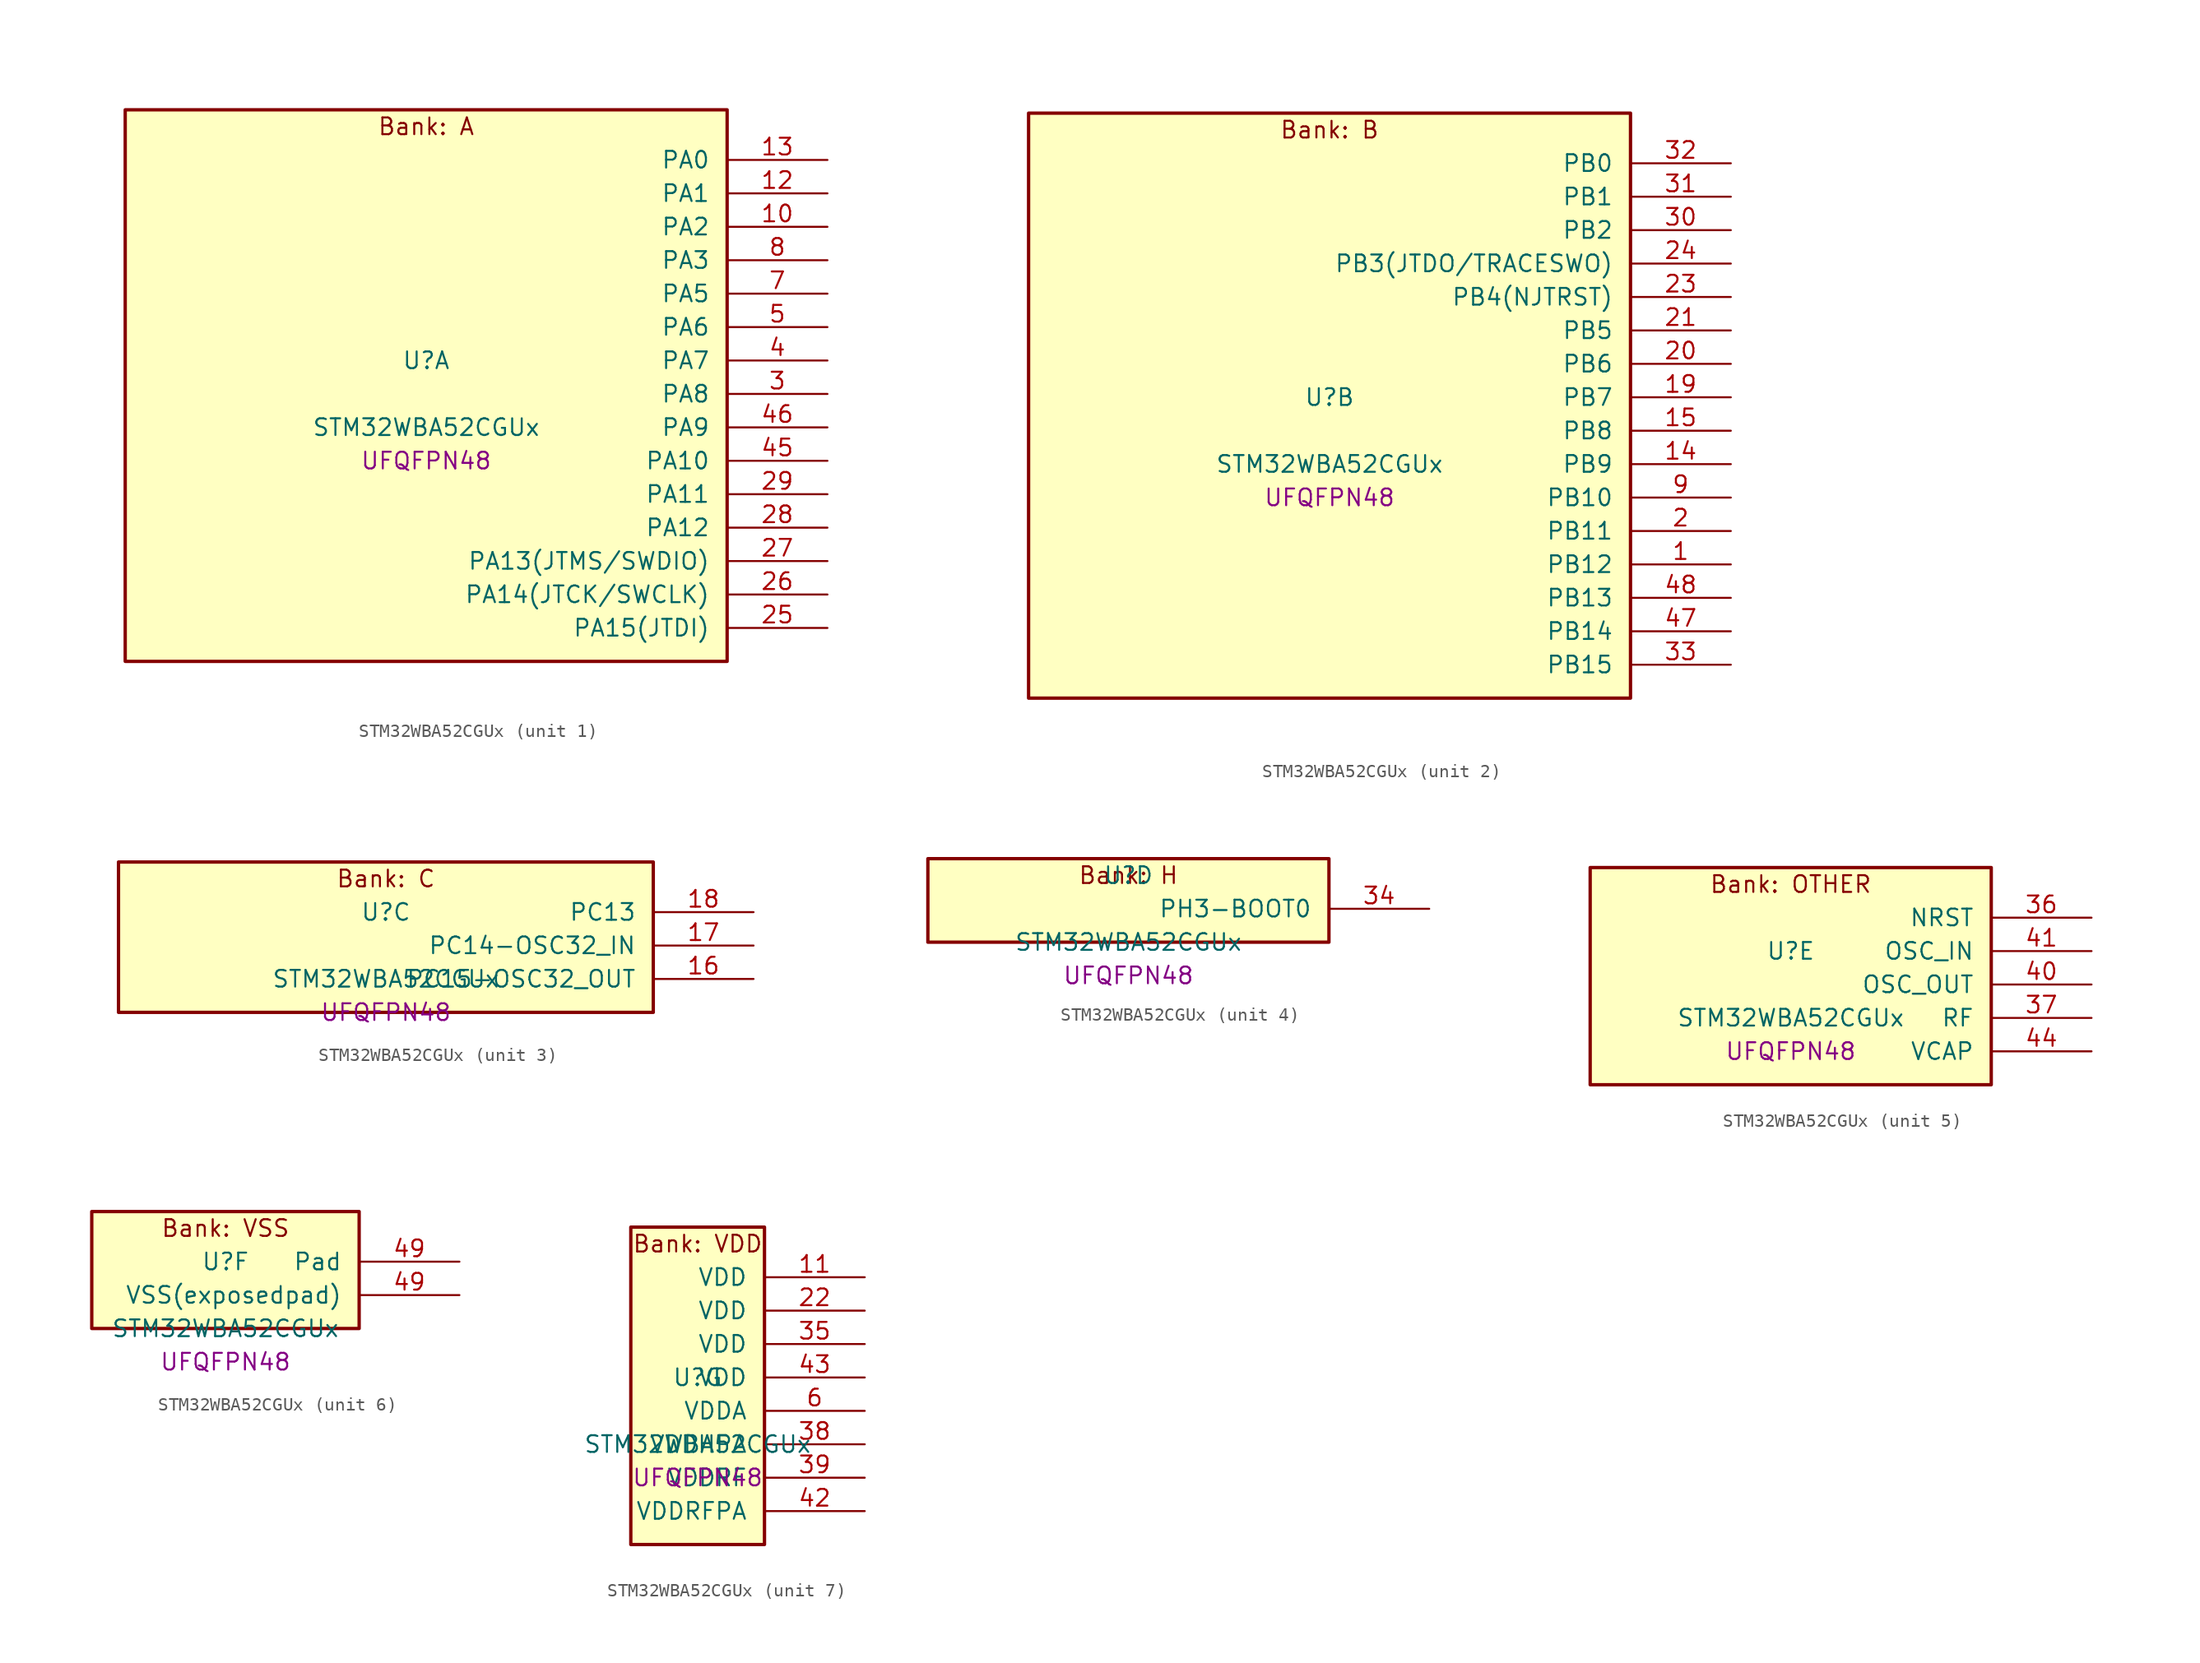
<source format=kicad_sym>
(kicad_symbol_lib
  (version 20241209)
  (generator "stm32_pkl_generator")
  (generator_version "1.0")
  (symbol "STM32WBA52CGUx"
    (pin_names
      (offset 1.27))
    (property "Reference" "U"
      (at 0 2.54 0))
    (property "Value" "STM32WBA52CGUx"
      (at 0 -2.54 0))
    (property "Footprint" "UFQFPN48"
      (at 0 -5.08 0))
    (symbol "STM32WBA52CGUx_1_1"
      (rectangle (start -22.86 21.59) (end 22.86 -20.32) (stroke (width 0.254) (type solid)) (fill (type background)))
      (text "Bank: A" (at 0 20.32 0))
      (pin bidirectional line (at 30.48 17.78 180) (length 7.62) (name "PA0") (number "13") (alternate "PA0/ADC4_IN9" bidirectional line) (alternate "PA0/LPTIM1_IN1" bidirectional line) (alternate "PA0/LPUART1_CTS" bidirectional line) (alternate "PA0/PWR_WKUP1" bidirectional line) (alternate "PA0/SPI3_SCK" bidirectional line) (alternate "PA0/TIM1_CH2N" bidirectional line) (alternate "PA0/TIM3_CH3" bidirectional line) (alternate "PA0/TIM3_ETR" bidirectional line) (alternate "PA0/TSC_G2_IO2" bidirectional line))
      (pin bidirectional line (at 30.48 15.24 180) (length 7.62) (name "PA1") (number "12") (alternate "PA1/ADC4_IN8" bidirectional line) (alternate "PA1/LPTIM2_CH2" bidirectional line) (alternate "PA1/LPUART1_RX" bidirectional line) (alternate "PA1/PWR_WKUP3" bidirectional line) (alternate "PA1/SPI1_RDY" bidirectional line) (alternate "PA1/TIM17_CH1" bidirectional line) (alternate "PA1/TIM1_CH1N" bidirectional line) (alternate "PA1/TIM3_CH2" bidirectional line) (alternate "PA1/TSC_G2_IO1" bidirectional line) (alternate "PA1/USART1_CK" bidirectional line))
      (pin bidirectional line (at 30.48 12.7 180) (length 7.62) (name "PA2") (number "10") (alternate "PA2/ADC4_IN7" bidirectional line) (alternate "PA2/LPUART1_TX" bidirectional line) (alternate "PA2/PWR_WKUP4" bidirectional line) (alternate "PA2/RCC_LSCO" bidirectional line) (alternate "PA2/TIM16_CH1" bidirectional line) (alternate "PA2/TIM1_BKIN" bidirectional line) (alternate "PA2/TIM3_CH1" bidirectional line) (alternate "PA2/TSC_G4_IO4" bidirectional line) (alternate "PA2/USART1_DE" bidirectional line) (alternate "PA2/USART1_RTS" bidirectional line))
      (pin bidirectional line (at 30.48 10.16 180) (length 7.62) (name "PA3") (number "8") (alternate "PA3/ADC4_IN6" bidirectional line) (alternate "PA3/PWR_WKUP5" bidirectional line) (alternate "PA3/TIM16_CH1N" bidirectional line) (alternate "PA3/TSC_G4_IO2" bidirectional line) (alternate "PA3/USART1_DE" bidirectional line) (alternate "PA3/USART1_RTS" bidirectional line))
      (pin bidirectional line (at 30.48 7.62 180) (length 7.62) (name "PA5") (number "7") (alternate "PA5/ADC4_IN4" bidirectional line) (alternate "PA5/LPTIM2_ETR" bidirectional line) (alternate "PA5/PWR_CSLEEP" bidirectional line) (alternate "PA5/PWR_WKUP6" bidirectional line) (alternate "PA5/SPI3_NSS" bidirectional line) (alternate "PA5/TIM2_CH1" bidirectional line) (alternate "PA5/TIM2_ETR" bidirectional line) (alternate "PA5/TSC_G1_IO4" bidirectional line) (alternate "PA5/USART1_CK" bidirectional line))
      (pin bidirectional line (at 30.48 5.08 180) (length 7.62) (name "PA6") (number "5") (alternate "PA6/ADC4_IN3" bidirectional line) (alternate "PA6/I2C3_SCL" bidirectional line) (alternate "PA6/PWR_CSTOP" bidirectional line) (alternate "PA6/PWR_WKUP7" bidirectional line) (alternate "PA6/SPI3_RDY" bidirectional line) (alternate "PA6/TIM2_CH4" bidirectional line) (alternate "PA6/TSC_G1_IO3" bidirectional line) (alternate "PA6/USART1_DE" bidirectional line) (alternate "PA6/USART1_RTS" bidirectional line))
      (pin bidirectional line (at 30.48 2.54 180) (length 7.62) (name "PA7") (number "4") (alternate "PA7/ADC4_IN2" bidirectional line) (alternate "PA7/I2C3_SDA" bidirectional line) (alternate "PA7/PWR_WKUP8" bidirectional line) (alternate "PA7/TAMP_IN1" bidirectional line) (alternate "PA7/TAMP_OUT2" bidirectional line) (alternate "PA7/TIM2_CH3" bidirectional line) (alternate "PA7/TSC_G1_IO2" bidirectional line) (alternate "PA7/USART1_CTS" bidirectional line))
      (pin bidirectional line (at 30.48 0 180) (length 7.62) (name "PA8") (number "3") (alternate "PA8/ADC4_IN1" bidirectional line) (alternate "PA8/LPTIM1_CH2" bidirectional line) (alternate "PA8/RCC_MCO" bidirectional line) (alternate "PA8/SPI3_RDY" bidirectional line) (alternate "PA8/TIM2_CH2" bidirectional line) (alternate "PA8/TSC_G1_IO1" bidirectional line) (alternate "PA8/USART1_RX" bidirectional line))
      (pin bidirectional line (at 30.48 -2.54 180) (length 7.62) (name "PA9") (number "46") (alternate "PA9/LPUART1_DE" bidirectional line) (alternate "PA9/LPUART1_RTS" bidirectional line) (alternate "PA9/TIM3_CH2" bidirectional line))
      (pin bidirectional line (at 30.48 -5.08 180) (length 7.62) (name "PA10") (number "45") (alternate "PA10/LPUART1_RX" bidirectional line) (alternate "PA10/TIM3_CH1" bidirectional line))
      (pin bidirectional line (at 30.48 -7.62 180) (length 7.62) (name "PA11") (number "29") (alternate "PA11/LPTIM2_CH1" bidirectional line) (alternate "PA11/RF_ANTSW1" bidirectional line) (alternate "PA11/TIM1_CH1" bidirectional line) (alternate "PA11/USART2_RX" bidirectional line))
      (pin bidirectional line (at 30.48 -10.16 180) (length 7.62) (name "PA12") (number "28") (alternate "PA12/PWR_WKUP6" bidirectional line) (alternate "PA12/RF_ANTSW0" bidirectional line) (alternate "PA12/SPI1_NSS" bidirectional line) (alternate "PA12/TIM1_CH2" bidirectional line) (alternate "PA12/TSC_G3_IO4" bidirectional line) (alternate "PA12/USART2_TX" bidirectional line))
      (pin bidirectional line (at 30.48 -12.7 180) (length 7.62) (name "PA13(JTMS/SWDIO)") (number "27") (alternate "PA13(JTMS/SWDIO)/DEBUG_JTMS-SWDIO" bidirectional line) (alternate "PA13(JTMS/SWDIO)/IR_OUT" bidirectional line))
      (pin bidirectional line (at 30.48 -15.24 180) (length 7.62) (name "PA14(JTCK/SWCLK)") (number "26") (alternate "PA14(JTCK/SWCLK)/DEBUG_JTCK-SWCLK" bidirectional line) (alternate "PA14(JTCK/SWCLK)/TAMP_IN3" bidirectional line) (alternate "PA14(JTCK/SWCLK)/TAMP_OUT6" bidirectional line) (alternate "PA14(JTCK/SWCLK)/USART2_TX" bidirectional line))
      (pin bidirectional line (at 30.48 -17.78 180) (length 7.62) (name "PA15(JTDI)") (number "25") (alternate "PA15(JTDI)/ADC4_EXTI15" bidirectional line) (alternate "PA15(JTDI)/DEBUG_JTDI" bidirectional line) (alternate "PA15(JTDI)/I2C1_SCL" bidirectional line) (alternate "PA15(JTDI)/LPTIM1_CH2" bidirectional line) (alternate "PA15(JTDI)/SPI1_MOSI" bidirectional line) (alternate "PA15(JTDI)/TIM17_BKIN" bidirectional line) (alternate "PA15(JTDI)/TIM1_ETR" bidirectional line) (alternate "PA15(JTDI)/TSC_G3_IO3" bidirectional line) (alternate "PA15(JTDI)/USART2_DE" bidirectional line) (alternate "PA15(JTDI)/USART2_RTS" bidirectional line)))
    (symbol "STM32WBA52CGUx_2_1"
      (rectangle (start -22.86 24.13) (end 22.86 -20.32) (stroke (width 0.254) (type solid)) (fill (type background)))
      (text "Bank: B" (at 0 22.86 0))
      (pin bidirectional line (at 30.48 20.32 180) (length 7.62) (name "PB0") (number "32") (alternate "PB0/LPTIM2_IN2" bidirectional line) (alternate "PB0/TIM1_CH3N" bidirectional line) (alternate "PB0/USART2_TX" bidirectional line))
      (pin bidirectional line (at 30.48 17.78 180) (length 7.62) (name "PB1") (number "31") (alternate "PB1/I2C1_SDA" bidirectional line) (alternate "PB1/I2C3_SDA" bidirectional line) (alternate "PB1/PWR_WKUP4" bidirectional line) (alternate "PB1/TIM1_CH2N" bidirectional line) (alternate "PB1/USART2_DE" bidirectional line) (alternate "PB1/USART2_RTS" bidirectional line))
      (pin bidirectional line (at 30.48 15.24 180) (length 7.62) (name "PB2") (number "30") (alternate "PB2/I2C1_SCL" bidirectional line) (alternate "PB2/I2C3_SCL" bidirectional line) (alternate "PB2/PWR_WKUP1" bidirectional line) (alternate "PB2/RF_ANTSW2" bidirectional line) (alternate "PB2/RTC_OUT2" bidirectional line) (alternate "PB2/TIM1_CH1N" bidirectional line) (alternate "PB2/USART2_CTS" bidirectional line))
      (pin bidirectional line (at 30.48 12.7 180) (length 7.62) (name "PB3(JTDO/TRACESWO)") (number "24") (alternate "PB3(JTDO/TRACESWO)/DEBUG_JTDO-SWO" bidirectional line) (alternate "PB3(JTDO/TRACESWO)/I2C1_SDA" bidirectional line) (alternate "PB3(JTDO/TRACESWO)/LPTIM1_IN2" bidirectional line) (alternate "PB3(JTDO/TRACESWO)/SPI1_MISO" bidirectional line) (alternate "PB3(JTDO/TRACESWO)/TIM17_CH1N" bidirectional line) (alternate "PB3(JTDO/TRACESWO)/TIM1_CH4" bidirectional line) (alternate "PB3(JTDO/TRACESWO)/TSC_G3_IO2" bidirectional line) (alternate "PB3(JTDO/TRACESWO)/USART2_CK" bidirectional line))
      (pin bidirectional line (at 30.48 10.16 180) (length 7.62) (name "PB4(NJTRST)") (number "23") (alternate "PB4(NJTRST)/DEBUG_JTRST" bidirectional line) (alternate "PB4(NJTRST)/LPTIM2_IN2" bidirectional line) (alternate "PB4(NJTRST)/SPI1_SCK" bidirectional line) (alternate "PB4(NJTRST)/TIM17_CH1" bidirectional line) (alternate "PB4(NJTRST)/TIM1_CH3" bidirectional line) (alternate "PB4(NJTRST)/TSC_G3_IO1" bidirectional line) (alternate "PB4(NJTRST)/USART2_RX" bidirectional line))
      (pin bidirectional line (at 30.48 7.62 180) (length 7.62) (name "PB5") (number "21") (alternate "PB5/LPUART1_TX" bidirectional line) (alternate "PB5/TIM3_CH1" bidirectional line) (alternate "PB5/TSC_G5_IO4" bidirectional line))
      (pin bidirectional line (at 30.48 5.08 180) (length 7.62) (name "PB6") (number "20") (alternate "PB6/PWR_WKUP3" bidirectional line) (alternate "PB6/TIM2_CH1" bidirectional line) (alternate "PB6/TIM2_ETR" bidirectional line) (alternate "PB6/TSC_G5_IO3" bidirectional line))
      (pin bidirectional line (at 30.48 2.54 180) (length 7.62) (name "PB7") (number "19") (alternate "PB7/PWR_WKUP5" bidirectional line) (alternate "PB7/TAMP_IN5" bidirectional line) (alternate "PB7/TAMP_OUT4" bidirectional line) (alternate "PB7/TIM1_CH4N" bidirectional line) (alternate "PB7/TSC_G5_IO2" bidirectional line))
      (pin bidirectional line (at 30.48 0 180) (length 7.62) (name "PB8") (number "15") (alternate "PB8/LPTIM1_ETR" bidirectional line) (alternate "PB8/PWR_PVD_IN" bidirectional line) (alternate "PB8/SPI3_MOSI" bidirectional line) (alternate "PB8/TIM16_CH1N" bidirectional line) (alternate "PB8/TIM1_CH1" bidirectional line) (alternate "PB8/TIM3_ETR" bidirectional line) (alternate "PB8/TSC_G2_IO4" bidirectional line) (alternate "PB8/USART2_RX" bidirectional line))
      (pin bidirectional line (at 30.48 -2.54 180) (length 7.62) (name "PB9") (number "14") (alternate "PB9/ADC4_IN10" bidirectional line) (alternate "PB9/IR_OUT" bidirectional line) (alternate "PB9/LPTIM2_IN1" bidirectional line) (alternate "PB9/LPUART1_DE" bidirectional line) (alternate "PB9/LPUART1_RTS" bidirectional line) (alternate "PB9/PWR_WKUP8" bidirectional line) (alternate "PB9/SPI3_MISO" bidirectional line) (alternate "PB9/TIM16_CH1" bidirectional line) (alternate "PB9/TIM1_CH3N" bidirectional line) (alternate "PB9/TIM3_CH4" bidirectional line) (alternate "PB9/TSC_G2_IO3" bidirectional line))
      (pin bidirectional line (at 30.48 -5.08 180) (length 7.62) (name "PB10") (number "9") (alternate "PB10/TIM16_BKIN" bidirectional line) (alternate "PB10/TSC_G4_IO3" bidirectional line) (alternate "PB10/USART1_CK" bidirectional line))
      (pin bidirectional line (at 30.48 -7.62 180) (length 7.62) (name "PB11") (number "2") (alternate "PB11/LPTIM1_CH1" bidirectional line) (alternate "PB11/LPTIM1_ETR" bidirectional line) (alternate "PB11/LPUART1_TX" bidirectional line))
      (pin bidirectional line (at 30.48 -10.16 180) (length 7.62) (name "PB12") (number "1") (alternate "PB12/SPI1_RDY" bidirectional line) (alternate "PB12/TIM2_CH1" bidirectional line) (alternate "PB12/TIM2_ETR" bidirectional line) (alternate "PB12/TIM3_ETR" bidirectional line) (alternate "PB12/TSC_SYNC" bidirectional line) (alternate "PB12/USART1_TX" bidirectional line))
      (pin bidirectional line (at 30.48 -12.7 180) (length 7.62) (name "PB13") (number "48") (alternate "PB13/TIM3_CH4" bidirectional line) (alternate "PB13/TSC_G6_IO2" bidirectional line))
      (pin bidirectional line (at 30.48 -15.24 180) (length 7.62) (name "PB14") (number "47") (alternate "PB14/PWR_WKUP7" bidirectional line) (alternate "PB14/RTC_REFIN" bidirectional line) (alternate "PB14/TIM3_CH3" bidirectional line) (alternate "PB14/TSC_G6_IO1" bidirectional line) (alternate "PB14/USART1_TX" bidirectional line))
      (pin bidirectional line (at 30.48 -17.78 180) (length 7.62) (name "PB15") (number "33") (alternate "PB15/ADC4_EXTI15" bidirectional line) (alternate "PB15/I2C1_SMBA" bidirectional line) (alternate "PB15/I2C3_SMBA" bidirectional line) (alternate "PB15/LPUART1_CTS" bidirectional line) (alternate "PB15/TIM16_BKIN" bidirectional line) (alternate "PB15/TIM1_BKIN2" bidirectional line) (alternate "PB15/USART2_CTS" bidirectional line)))
    (symbol "STM32WBA52CGUx_3_1"
      (rectangle (start -20.32 6.35) (end 20.32 -5.08) (stroke (width 0.254) (type solid)) (fill (type background)))
      (text "Bank: C" (at 0 5.08 0))
      (pin bidirectional line (at 27.94 2.54 180) (length 7.62) (name "PC13") (number "18") (alternate "PC13/PWR_WKUP2" bidirectional line) (alternate "PC13/RTC_OUT1" bidirectional line) (alternate "PC13/RTC_TS" bidirectional line) (alternate "PC13/TAMP_IN4" bidirectional line) (alternate "PC13/TAMP_OUT5" bidirectional line) (alternate "PC13/TIM1_BKIN2" bidirectional line) (alternate "PC13/TSC_G5_IO1" bidirectional line))
      (pin bidirectional line (at 27.94 0 180) (length 7.62) (name "PC14-OSC32_IN") (number "17") (alternate "PC14-OSC32_IN/RCC_OSC32_IN" bidirectional line))
      (pin bidirectional line (at 27.94 -2.54 180) (length 7.62) (name "PC15-OSC32_OUT") (number "16") (alternate "PC15-OSC32_OUT/ADC4_EXTI15" bidirectional line) (alternate "PC15-OSC32_OUT/RCC_OSC32_OUT" bidirectional line)))
    (symbol "STM32WBA52CGUx_4_1"
      (rectangle (start -15.24 3.81) (end 15.24 -2.54) (stroke (width 0.254) (type solid)) (fill (type background)))
      (text "Bank: H" (at 0 2.54 0))
      (pin bidirectional line (at 22.86 0 180) (length 7.62) (name "PH3-BOOT0") (number "34") (alternate "PH3-BOOT0/TAMP_IN2" bidirectional line) (alternate "PH3-BOOT0/TAMP_OUT1" bidirectional line)))
    (symbol "STM32WBA52CGUx_5_1"
      (rectangle (start -15.24 8.89) (end 15.24 -7.62) (stroke (width 0.254) (type solid)) (fill (type background)))
      (text "Bank: OTHER" (at 0 7.62 0))
      (pin input line (at 22.86 5.08 180) (length 7.62) (name "NRST") (number "36"))
      (pin bidirectional line (at 22.86 2.54 180) (length 7.62) (name "OSC_IN") (number "41") (alternate "OSC_IN/RCC_OSC_IN" bidirectional line))
      (pin bidirectional line (at 22.86 0 180) (length 7.62) (name "OSC_OUT") (number "40") (alternate "OSC_OUT/RCC_OSC_OUT" bidirectional line))
      (pin bidirectional line (at 22.86 -2.54 180) (length 7.62) (name "RF") (number "37"))
      (pin power_in line (at 22.86 -5.08 180) (length 7.62) (name "VCAP") (number "44")))
    (symbol "STM32WBA52CGUx_6_1"
      (rectangle (start -10.16 6.35) (end 10.16 -2.54) (stroke (width 0.254) (type solid)) (fill (type background)))
      (text "Bank: VSS" (at 0 5.08 0))
      (pin passive line (at 17.78 2.54 180) (length 7.62) (name "Pad") (number "49"))
      (pin power_in line (at 17.78 0 180) (length 7.62) (name "VSS(exposedpad)") (number "49")))
    (symbol "STM32WBA52CGUx_7_1"
      (rectangle (start -5.08 13.97) (end 5.08 -10.16) (stroke (width 0.254) (type solid)) (fill (type background)))
      (text "Bank: VDD" (at 0 12.7 0))
      (pin power_in line (at 12.7 10.16 180) (length 7.62) (name "VDD") (number "11"))
      (pin power_in line (at 12.7 7.62 180) (length 7.62) (name "VDD") (number "22"))
      (pin power_in line (at 12.7 5.08 180) (length 7.62) (name "VDD") (number "35"))
      (pin power_in line (at 12.7 2.54 180) (length 7.62) (name "VDD") (number "43"))
      (pin power_in line (at 12.7 0 180) (length 7.62) (name "VDDA") (number "6"))
      (pin power_in line (at 12.7 -2.54 180) (length 7.62) (name "VDDHPA") (number "38"))
      (pin power_in line (at 12.7 -5.08 180) (length 7.62) (name "VDDRF") (number "39"))
      (pin power_in line (at 12.7 -7.62 180) (length 7.62) (name "VDDRFPA") (number "42")))))
</source>
